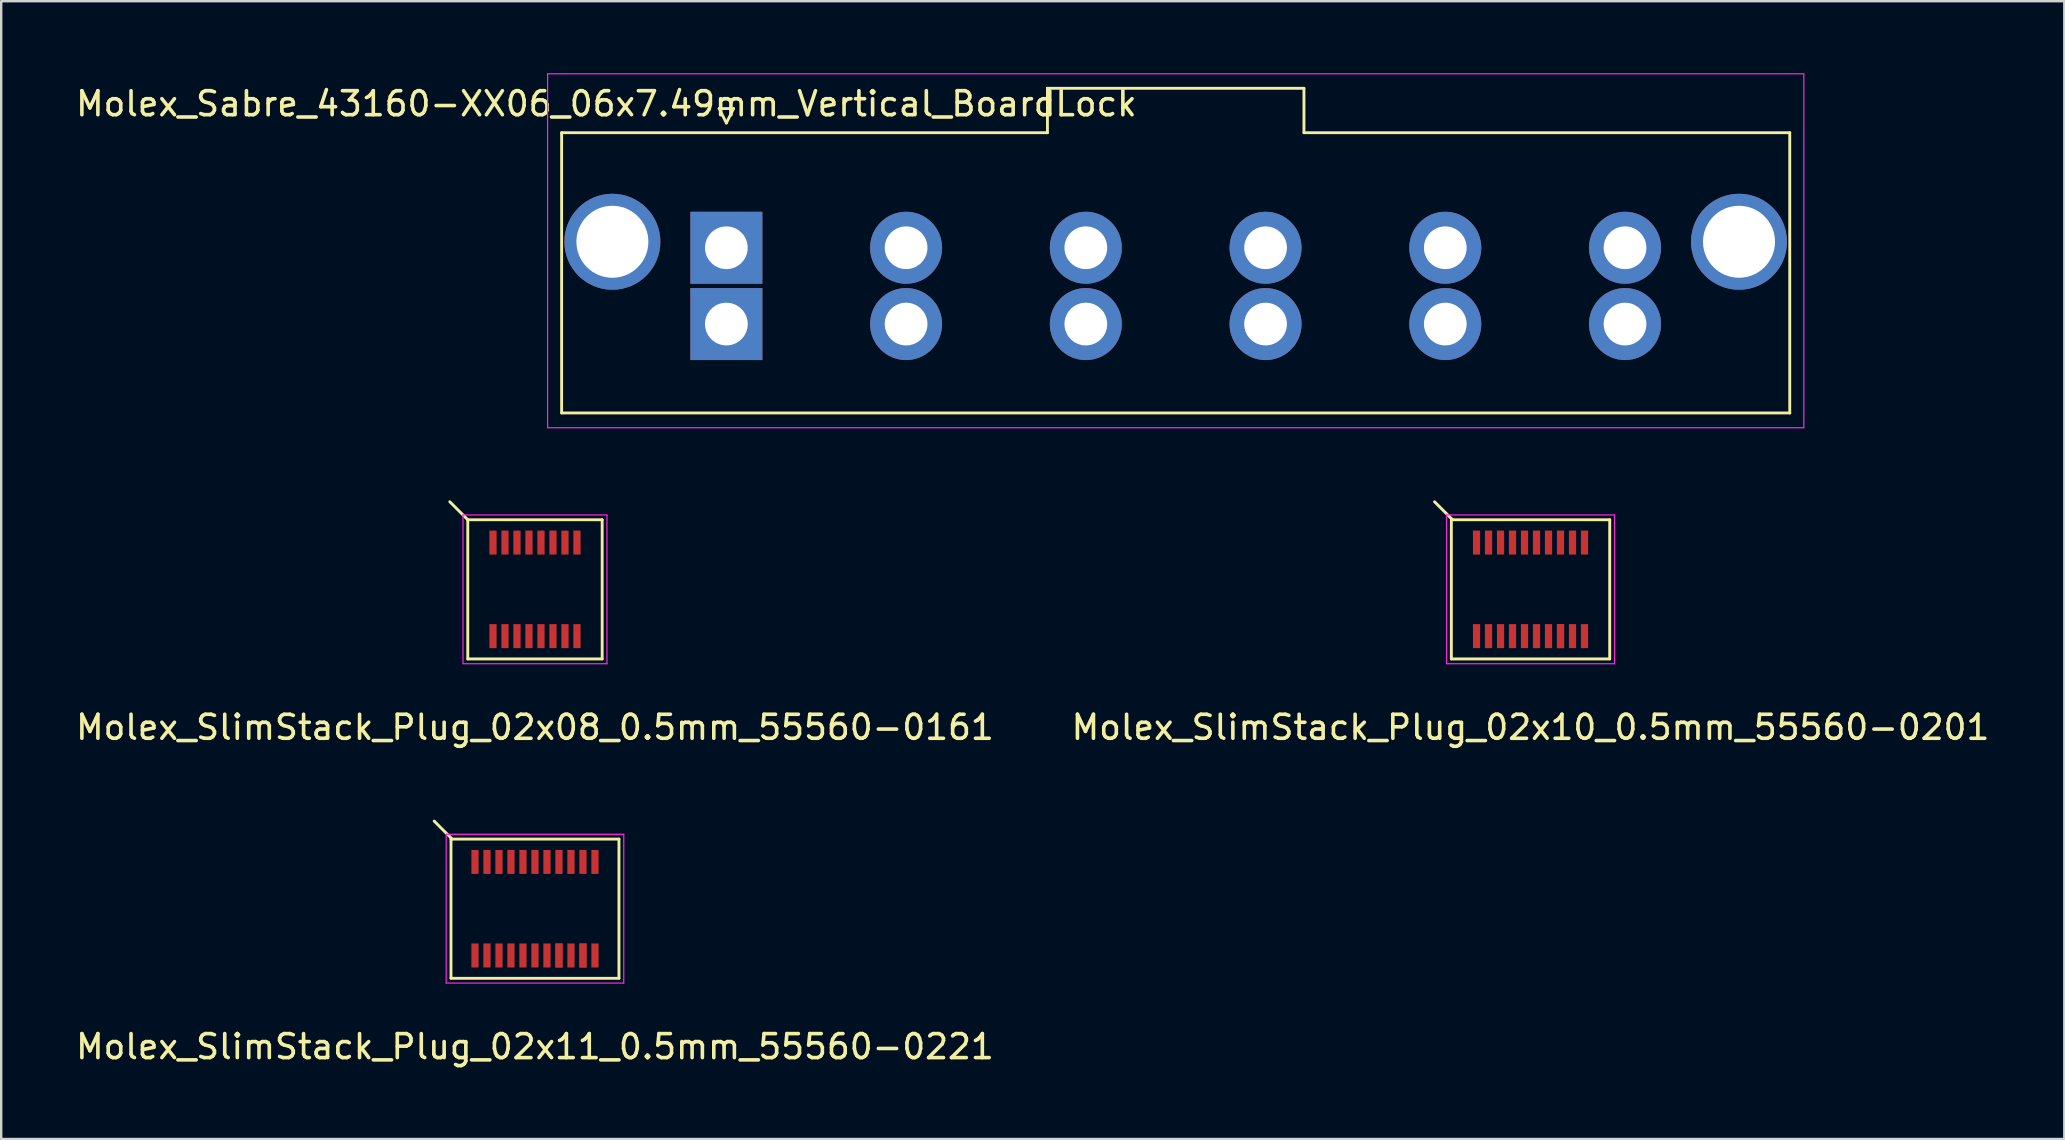
<source format=kicad_pcb>
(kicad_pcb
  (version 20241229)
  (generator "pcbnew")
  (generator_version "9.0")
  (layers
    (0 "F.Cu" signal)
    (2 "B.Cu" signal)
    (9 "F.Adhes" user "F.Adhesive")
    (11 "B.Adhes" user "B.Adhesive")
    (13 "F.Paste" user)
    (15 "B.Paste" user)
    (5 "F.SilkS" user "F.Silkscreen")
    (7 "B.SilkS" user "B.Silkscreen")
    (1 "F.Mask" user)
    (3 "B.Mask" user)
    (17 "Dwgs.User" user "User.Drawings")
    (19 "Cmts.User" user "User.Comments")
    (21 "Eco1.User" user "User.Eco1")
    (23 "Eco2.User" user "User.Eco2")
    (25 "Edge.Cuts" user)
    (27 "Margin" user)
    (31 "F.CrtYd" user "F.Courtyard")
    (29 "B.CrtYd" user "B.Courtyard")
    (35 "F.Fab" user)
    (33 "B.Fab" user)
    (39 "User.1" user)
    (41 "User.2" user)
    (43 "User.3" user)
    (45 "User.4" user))
  (footprint "Molex_SlimStack_Plug_02x08_0.5mm_55560-0161"
    (layer "F.Cu")
    (at 19.244 21.51)
    (property "Reference" "Molex_SlimStack_Plug_02x08_0.5mm_55560-0161" (at 0 5.75 0) (layer "F.SilkS") (effects (font (size 1 1) (thickness 0.15))))
    (attr smd)
    (fp_line (start -2.8 -2.9) (end -3.55 -3.65) (stroke (width 0.12) (type solid)) (layer "F.SilkS"))
    (fp_line (start -2.8 -2.9) (end -2.8 2.9) (stroke (width 0.12) (type solid)) (layer "F.SilkS"))
    (fp_line (start -2.8 2.9) (end 2.8 2.9) (stroke (width 0.12) (type solid)) (layer "F.SilkS"))
    (fp_line (start 2.8 -2.9) (end -2.8 -2.9) (stroke (width 0.12) (type solid)) (layer "F.SilkS"))
    (fp_line (start 2.8 2.9) (end 2.8 -2.9) (stroke (width 0.12) (type solid)) (layer "F.SilkS"))
    (fp_line (start -3 -3.1) (end -3 3.1) (stroke (width 0.05) (type solid)) (layer "F.CrtYd"))
    (fp_line (start -3 3.1) (end 3 3.1) (stroke (width 0.05) (type solid)) (layer "F.CrtYd"))
    (fp_line (start 3 -3.1) (end -3 -3.1) (stroke (width 0.05) (type solid)) (layer "F.CrtYd"))
    (fp_line (start 3 3.1) (end 3 -3.1) (stroke (width 0.05) (type solid)) (layer "F.CrtYd"))
    (pad "1" smd rect (at -1.75 -1.95) (size 0.3 1) (layers "F.Cu" "F.Mask" "F.Paste"))
    (pad "2" smd rect (at -1.75 1.95) (size 0.3 1) (layers "F.Cu" "F.Mask" "F.Paste"))
    (pad "3" smd rect (at -1.25 -1.95) (size 0.3 1) (layers "F.Cu" "F.Mask" "F.Paste"))
    (pad "4" smd rect (at -1.25 1.95) (size 0.3 1) (layers "F.Cu" "F.Mask" "F.Paste"))
    (pad "5" smd rect (at -0.75 -1.95) (size 0.3 1) (layers "F.Cu" "F.Mask" "F.Paste"))
    (pad "6" smd rect (at -0.75 1.95) (size 0.3 1) (layers "F.Cu" "F.Mask" "F.Paste"))
    (pad "7" smd rect (at -0.25 -1.95) (size 0.3 1) (layers "F.Cu" "F.Mask" "F.Paste"))
    (pad "8" smd rect (at -0.25 1.95) (size 0.3 1) (layers "F.Cu" "F.Mask" "F.Paste"))
    (pad "9" smd rect (at 0.25 -1.95) (size 0.3 1) (layers "F.Cu" "F.Mask" "F.Paste"))
    (pad "10" smd rect (at 0.25 1.95) (size 0.3 1) (layers "F.Cu" "F.Mask" "F.Paste"))
    (pad "11" smd rect (at 0.75 -1.95) (size 0.3 1) (layers "F.Cu" "F.Mask" "F.Paste"))
    (pad "12" smd rect (at 0.75 1.95) (size 0.3 1) (layers "F.Cu" "F.Mask" "F.Paste"))
    (pad "13" smd rect (at 1.25 -1.95) (size 0.3 1) (layers "F.Cu" "F.Mask" "F.Paste"))
    (pad "14" smd rect (at 1.25 1.95) (size 0.3 1) (layers "F.Cu" "F.Mask" "F.Paste"))
    (pad "15" smd rect (at 1.75 -1.95) (size 0.3 1) (layers "F.Cu" "F.Mask" "F.Paste"))
    (pad "16" smd rect (at 1.75 1.95) (size 0.3 1) (layers "F.Cu" "F.Mask" "F.Paste")))
  (footprint "Molex_SlimStack_Plug_02x10_0.5mm_55560-0201"
    (layer "F.Cu")
    (at 60.732 21.51)
    (property "Reference" "Molex_SlimStack_Plug_02x10_0.5mm_55560-0201" (at 0 5.75 0) (layer "F.SilkS") (effects (font (size 1 1) (thickness 0.15))))
    (attr smd)
    (fp_line (start -3.3 -2.9) (end -3.3 2.9) (stroke (width 0.12) (type solid)) (layer "F.SilkS"))
    (fp_line (start -3.3 2.9) (end 3.3 2.9) (stroke (width 0.12) (type solid)) (layer "F.SilkS"))
    (fp_line (start -3.25 -2.9) (end -4 -3.65) (stroke (width 0.12) (type solid)) (layer "F.SilkS"))
    (fp_line (start 3.3 -2.9) (end -3.3 -2.9) (stroke (width 0.12) (type solid)) (layer "F.SilkS"))
    (fp_line (start 3.3 2.9) (end 3.3 -2.9) (stroke (width 0.12) (type solid)) (layer "F.SilkS"))
    (fp_line (start -3.5 -3.1) (end -3.5 3.1) (stroke (width 0.05) (type solid)) (layer "F.CrtYd"))
    (fp_line (start -3.5 3.1) (end 3.5 3.1) (stroke (width 0.05) (type solid)) (layer "F.CrtYd"))
    (fp_line (start 3.5 -3.1) (end -3.5 -3.1) (stroke (width 0.05) (type solid)) (layer "F.CrtYd"))
    (fp_line (start 3.5 3.1) (end 3.5 -3.1) (stroke (width 0.05) (type solid)) (layer "F.CrtYd"))
    (pad "1" smd rect (at -2.25 -1.95) (size 0.3 1) (layers "F.Cu" "F.Mask" "F.Paste"))
    (pad "2" smd rect (at -2.25 1.95) (size 0.3 1) (layers "F.Cu" "F.Mask" "F.Paste"))
    (pad "3" smd rect (at -1.75 -1.95) (size 0.3 1) (layers "F.Cu" "F.Mask" "F.Paste"))
    (pad "4" smd rect (at -1.75 1.95) (size 0.3 1) (layers "F.Cu" "F.Mask" "F.Paste"))
    (pad "5" smd rect (at -1.25 -1.95) (size 0.3 1) (layers "F.Cu" "F.Mask" "F.Paste"))
    (pad "6" smd rect (at -1.25 1.95) (size 0.3 1) (layers "F.Cu" "F.Mask" "F.Paste"))
    (pad "7" smd rect (at -0.75 -1.95) (size 0.3 1) (layers "F.Cu" "F.Mask" "F.Paste"))
    (pad "8" smd rect (at -0.75 1.95) (size 0.3 1) (layers "F.Cu" "F.Mask" "F.Paste"))
    (pad "9" smd rect (at -0.25 -1.95) (size 0.3 1) (layers "F.Cu" "F.Mask" "F.Paste"))
    (pad "10" smd rect (at -0.25 1.95) (size 0.3 1) (layers "F.Cu" "F.Mask" "F.Paste"))
    (pad "11" smd rect (at 0.25 -1.95) (size 0.3 1) (layers "F.Cu" "F.Mask" "F.Paste"))
    (pad "12" smd rect (at 0.25 1.95) (size 0.3 1) (layers "F.Cu" "F.Mask" "F.Paste"))
    (pad "13" smd rect (at 0.75 -1.95) (size 0.3 1) (layers "F.Cu" "F.Mask" "F.Paste"))
    (pad "14" smd rect (at 0.75 1.95) (size 0.3 1) (layers "F.Cu" "F.Mask" "F.Paste"))
    (pad "15" smd rect (at 1.25 -1.95) (size 0.3 1) (layers "F.Cu" "F.Mask" "F.Paste"))
    (pad "16" smd rect (at 1.25 1.95) (size 0.3 1) (layers "F.Cu" "F.Mask" "F.Paste"))
    (pad "16" smd rect (at 1.25 1.95) (size 0.3 1) (layers "F.Cu" "F.Mask" "F.Paste"))
    (pad "17" smd rect (at 1.75 -1.95) (size 0.3 1) (layers "F.Cu" "F.Mask" "F.Paste"))
    (pad "18" smd rect (at 1.75 1.95) (size 0.3 1) (layers "F.Cu" "F.Mask" "F.Paste"))
    (pad "19" smd rect (at 2.25 -1.95) (size 0.3 1) (layers "F.Cu" "F.Mask" "F.Paste"))
    (pad "20" smd rect (at 2.25 1.95) (size 0.3 1) (layers "F.Cu" "F.Mask" "F.Paste")))
  (footprint "Molex_Sabre_43160-XX06_06x7.49mm_Vertical_BoardLock"
    (layer "F.Cu")
    (at 27.22 7.275)
    (property "Reference" "Molex_Sabre_43160-XX06_06x7.49mm_Vertical_BoardLock" (at -5 -6 0) (layer "F.SilkS") (effects (font (size 1 1) (thickness 0.15))))
    (attr through_hole)
    (fp_line (start -6.865 -4.795) (end 13.38 -4.795) (stroke (width 0.12) (type solid)) (layer "F.SilkS"))
    (fp_line (start -6.865 6.885) (end -6.865 -4.795) (stroke (width 0.12) (type solid)) (layer "F.SilkS"))
    (fp_line (start -0.3 -5.8) (end 0 -5.2) (stroke (width 0.12) (type solid)) (layer "F.SilkS"))
    (fp_line (start 0 -5.2) (end 0.3 -5.8) (stroke (width 0.12) (type solid)) (layer "F.SilkS"))
    (fp_line (start 0.3 -5.8) (end -0.3 -5.8) (stroke (width 0.12) (type solid)) (layer "F.SilkS"))
    (fp_line (start 13.38 -6.645) (end 24.07 -6.645) (stroke (width 0.12) (type solid)) (layer "F.SilkS"))
    (fp_line (start 13.38 -4.795) (end 13.38 -6.645) (stroke (width 0.12) (type solid)) (layer "F.SilkS"))
    (fp_line (start 24.07 -6.645) (end 24.07 -4.795) (stroke (width 0.12) (type solid)) (layer "F.SilkS"))
    (fp_line (start 24.07 -4.795) (end 44.315 -4.795) (stroke (width 0.12) (type solid)) (layer "F.SilkS"))
    (fp_line (start 44.315 -4.795) (end 44.315 6.885) (stroke (width 0.12) (type solid)) (layer "F.SilkS"))
    (fp_line (start 44.315 6.885) (end -6.865 6.885) (stroke (width 0.12) (type solid)) (layer "F.SilkS"))
    (fp_line (start -7.45 -7.25) (end -7.45 7.5) (stroke (width 0.05) (type solid)) (layer "F.CrtYd"))
    (fp_line (start -7.45 7.5) (end 44.9 7.5) (stroke (width 0.05) (type solid)) (layer "F.CrtYd"))
    (fp_line (start 44.9 -7.25) (end -7.45 -7.25) (stroke (width 0.05) (type solid)) (layer "F.CrtYd"))
    (fp_line (start 44.9 7.5) (end 44.9 -7.25) (stroke (width 0.05) (type solid)) (layer "F.CrtYd"))
    (pad "" thru_hole circle (at -4.75 -0.25) (size 4 4) (drill 3) (layers "*.Cu" "*.Mask"))
    (pad "" thru_hole circle (at 42.2 -0.25) (size 4 4) (drill 3) (layers "*.Cu" "*.Mask"))
    (pad "1" thru_hole rect (at 0 0) (size 3 3) (drill 1.78) (layers "*.Cu" "*.Mask"))
    (pad "1" thru_hole rect (at 0 3.18) (size 3 3) (drill 1.78) (layers "*.Cu" "*.Mask"))
    (pad "2" thru_hole circle (at 7.49 0) (size 3 3) (drill 1.78) (layers "*.Cu" "*.Mask"))
    (pad "2" thru_hole circle (at 7.49 3.18) (size 3 3) (drill 1.78) (layers "*.Cu" "*.Mask"))
    (pad "3" thru_hole circle (at 14.98 0) (size 3 3) (drill 1.78) (layers "*.Cu" "*.Mask"))
    (pad "3" thru_hole circle (at 14.98 3.18) (size 3 3) (drill 1.78) (layers "*.Cu" "*.Mask"))
    (pad "4" thru_hole circle (at 22.47 0) (size 3 3) (drill 1.78) (layers "*.Cu" "*.Mask"))
    (pad "4" thru_hole circle (at 22.47 3.18) (size 3 3) (drill 1.78) (layers "*.Cu" "*.Mask"))
    (pad "5" thru_hole circle (at 29.96 0) (size 3 3) (drill 1.78) (layers "*.Cu" "*.Mask"))
    (pad "5" thru_hole circle (at 29.96 3.18) (size 3 3) (drill 1.78) (layers "*.Cu" "*.Mask"))
    (pad "6" thru_hole circle (at 37.45 0) (size 3 3) (drill 1.78) (layers "*.Cu" "*.Mask"))
    (pad "6" thru_hole circle (at 37.45 3.18) (size 3 3) (drill 1.78) (layers "*.Cu" "*.Mask")))
  (footprint "Molex_SlimStack_Plug_02x11_0.5mm_55560-0221"
    (layer "F.Cu")
    (at 19.244 34.818)
    (property "Reference" "Molex_SlimStack_Plug_02x11_0.5mm_55560-0221" (at 0 5.75 0) (layer "F.SilkS") (effects (font (size 1 1) (thickness 0.15))))
    (attr smd)
    (fp_line (start -3.5 -2.9) (end -3.5 2.9) (stroke (width 0.12) (type solid)) (layer "F.SilkS"))
    (fp_line (start -3.5 2.9) (end 3.5 2.9) (stroke (width 0.12) (type solid)) (layer "F.SilkS"))
    (fp_line (start -3.45 -2.9) (end -4.2 -3.65) (stroke (width 0.12) (type solid)) (layer "F.SilkS"))
    (fp_line (start 3.5 -2.9) (end -3.5 -2.9) (stroke (width 0.12) (type solid)) (layer "F.SilkS"))
    (fp_line (start 3.5 2.9) (end 3.5 -2.9) (stroke (width 0.12) (type solid)) (layer "F.SilkS"))
    (fp_line (start -3.7 -3.1) (end -3.7 3.1) (stroke (width 0.05) (type solid)) (layer "F.CrtYd"))
    (fp_line (start -3.7 3.1) (end 3.7 3.1) (stroke (width 0.05) (type solid)) (layer "F.CrtYd"))
    (fp_line (start 3.7 -3.1) (end -3.7 -3.1) (stroke (width 0.05) (type solid)) (layer "F.CrtYd"))
    (fp_line (start 3.7 3.1) (end 3.7 -3.1) (stroke (width 0.05) (type solid)) (layer "F.CrtYd"))
    (pad "1" smd rect (at -2.5 -1.95) (size 0.3 1) (layers "F.Cu" "F.Mask" "F.Paste"))
    (pad "2" smd rect (at -2.5 1.95) (size 0.3 1) (layers "F.Cu" "F.Mask" "F.Paste"))
    (pad "3" smd rect (at -2 -1.95) (size 0.3 1) (layers "F.Cu" "F.Mask" "F.Paste"))
    (pad "4" smd rect (at -2 1.95) (size 0.3 1) (layers "F.Cu" "F.Mask" "F.Paste"))
    (pad "5" smd rect (at -1.5 -1.95) (size 0.3 1) (layers "F.Cu" "F.Mask" "F.Paste"))
    (pad "6" smd rect (at -1.5 1.95) (size 0.3 1) (layers "F.Cu" "F.Mask" "F.Paste"))
    (pad "7" smd rect (at -1 -1.95) (size 0.3 1) (layers "F.Cu" "F.Mask" "F.Paste"))
    (pad "8" smd rect (at -1 1.95) (size 0.3 1) (layers "F.Cu" "F.Mask" "F.Paste"))
    (pad "9" smd rect (at -0.5 -1.95) (size 0.3 1) (layers "F.Cu" "F.Mask" "F.Paste"))
    (pad "10" smd rect (at -0.5 1.95) (size 0.3 1) (layers "F.Cu" "F.Mask" "F.Paste"))
    (pad "11" smd rect (at 0 -1.95) (size 0.3 1) (layers "F.Cu" "F.Mask" "F.Paste"))
    (pad "12" smd rect (at 0 1.95) (size 0.3 1) (layers "F.Cu" "F.Mask" "F.Paste"))
    (pad "13" smd rect (at 0.5 -1.95) (size 0.3 1) (layers "F.Cu" "F.Mask" "F.Paste"))
    (pad "14" smd rect (at 0.5 1.95) (size 0.3 1) (layers "F.Cu" "F.Mask" "F.Paste"))
    (pad "15" smd rect (at 1 -1.95) (size 0.3 1) (layers "F.Cu" "F.Mask" "F.Paste"))
    (pad "16" smd rect (at 1 1.95) (size 0.3 1) (layers "F.Cu" "F.Mask" "F.Paste"))
    (pad "16" smd rect (at 1 1.95) (size 0.3 1) (layers "F.Cu" "F.Mask" "F.Paste"))
    (pad "17" smd rect (at 1.5 -1.95) (size 0.3 1) (layers "F.Cu" "F.Mask" "F.Paste"))
    (pad "18" smd rect (at 1.5 1.95) (size 0.3 1) (layers "F.Cu" "F.Mask" "F.Paste"))
    (pad "19" smd rect (at 2 -1.95) (size 0.3 1) (layers "F.Cu" "F.Mask" "F.Paste"))
    (pad "20" smd rect (at 2 1.95) (size 0.3 1) (layers "F.Cu" "F.Mask" "F.Paste"))
    (pad "20" smd rect (at 2 1.95) (size 0.3 1) (layers "F.Cu" "F.Mask" "F.Paste"))
    (pad "21" smd rect (at 2.5 -1.95) (size 0.3 1) (layers "F.Cu" "F.Mask" "F.Paste"))
    (pad "22" smd rect (at 2.5 1.95) (size 0.3 1) (layers "F.Cu" "F.Mask" "F.Paste")))
  (gr_rect
    (start -3 -3)
    (end 82.976 44.416)
    (stroke (width 0.1) (type default))
    (fill no)
    (layer "Edge.Cuts")))
</source>
